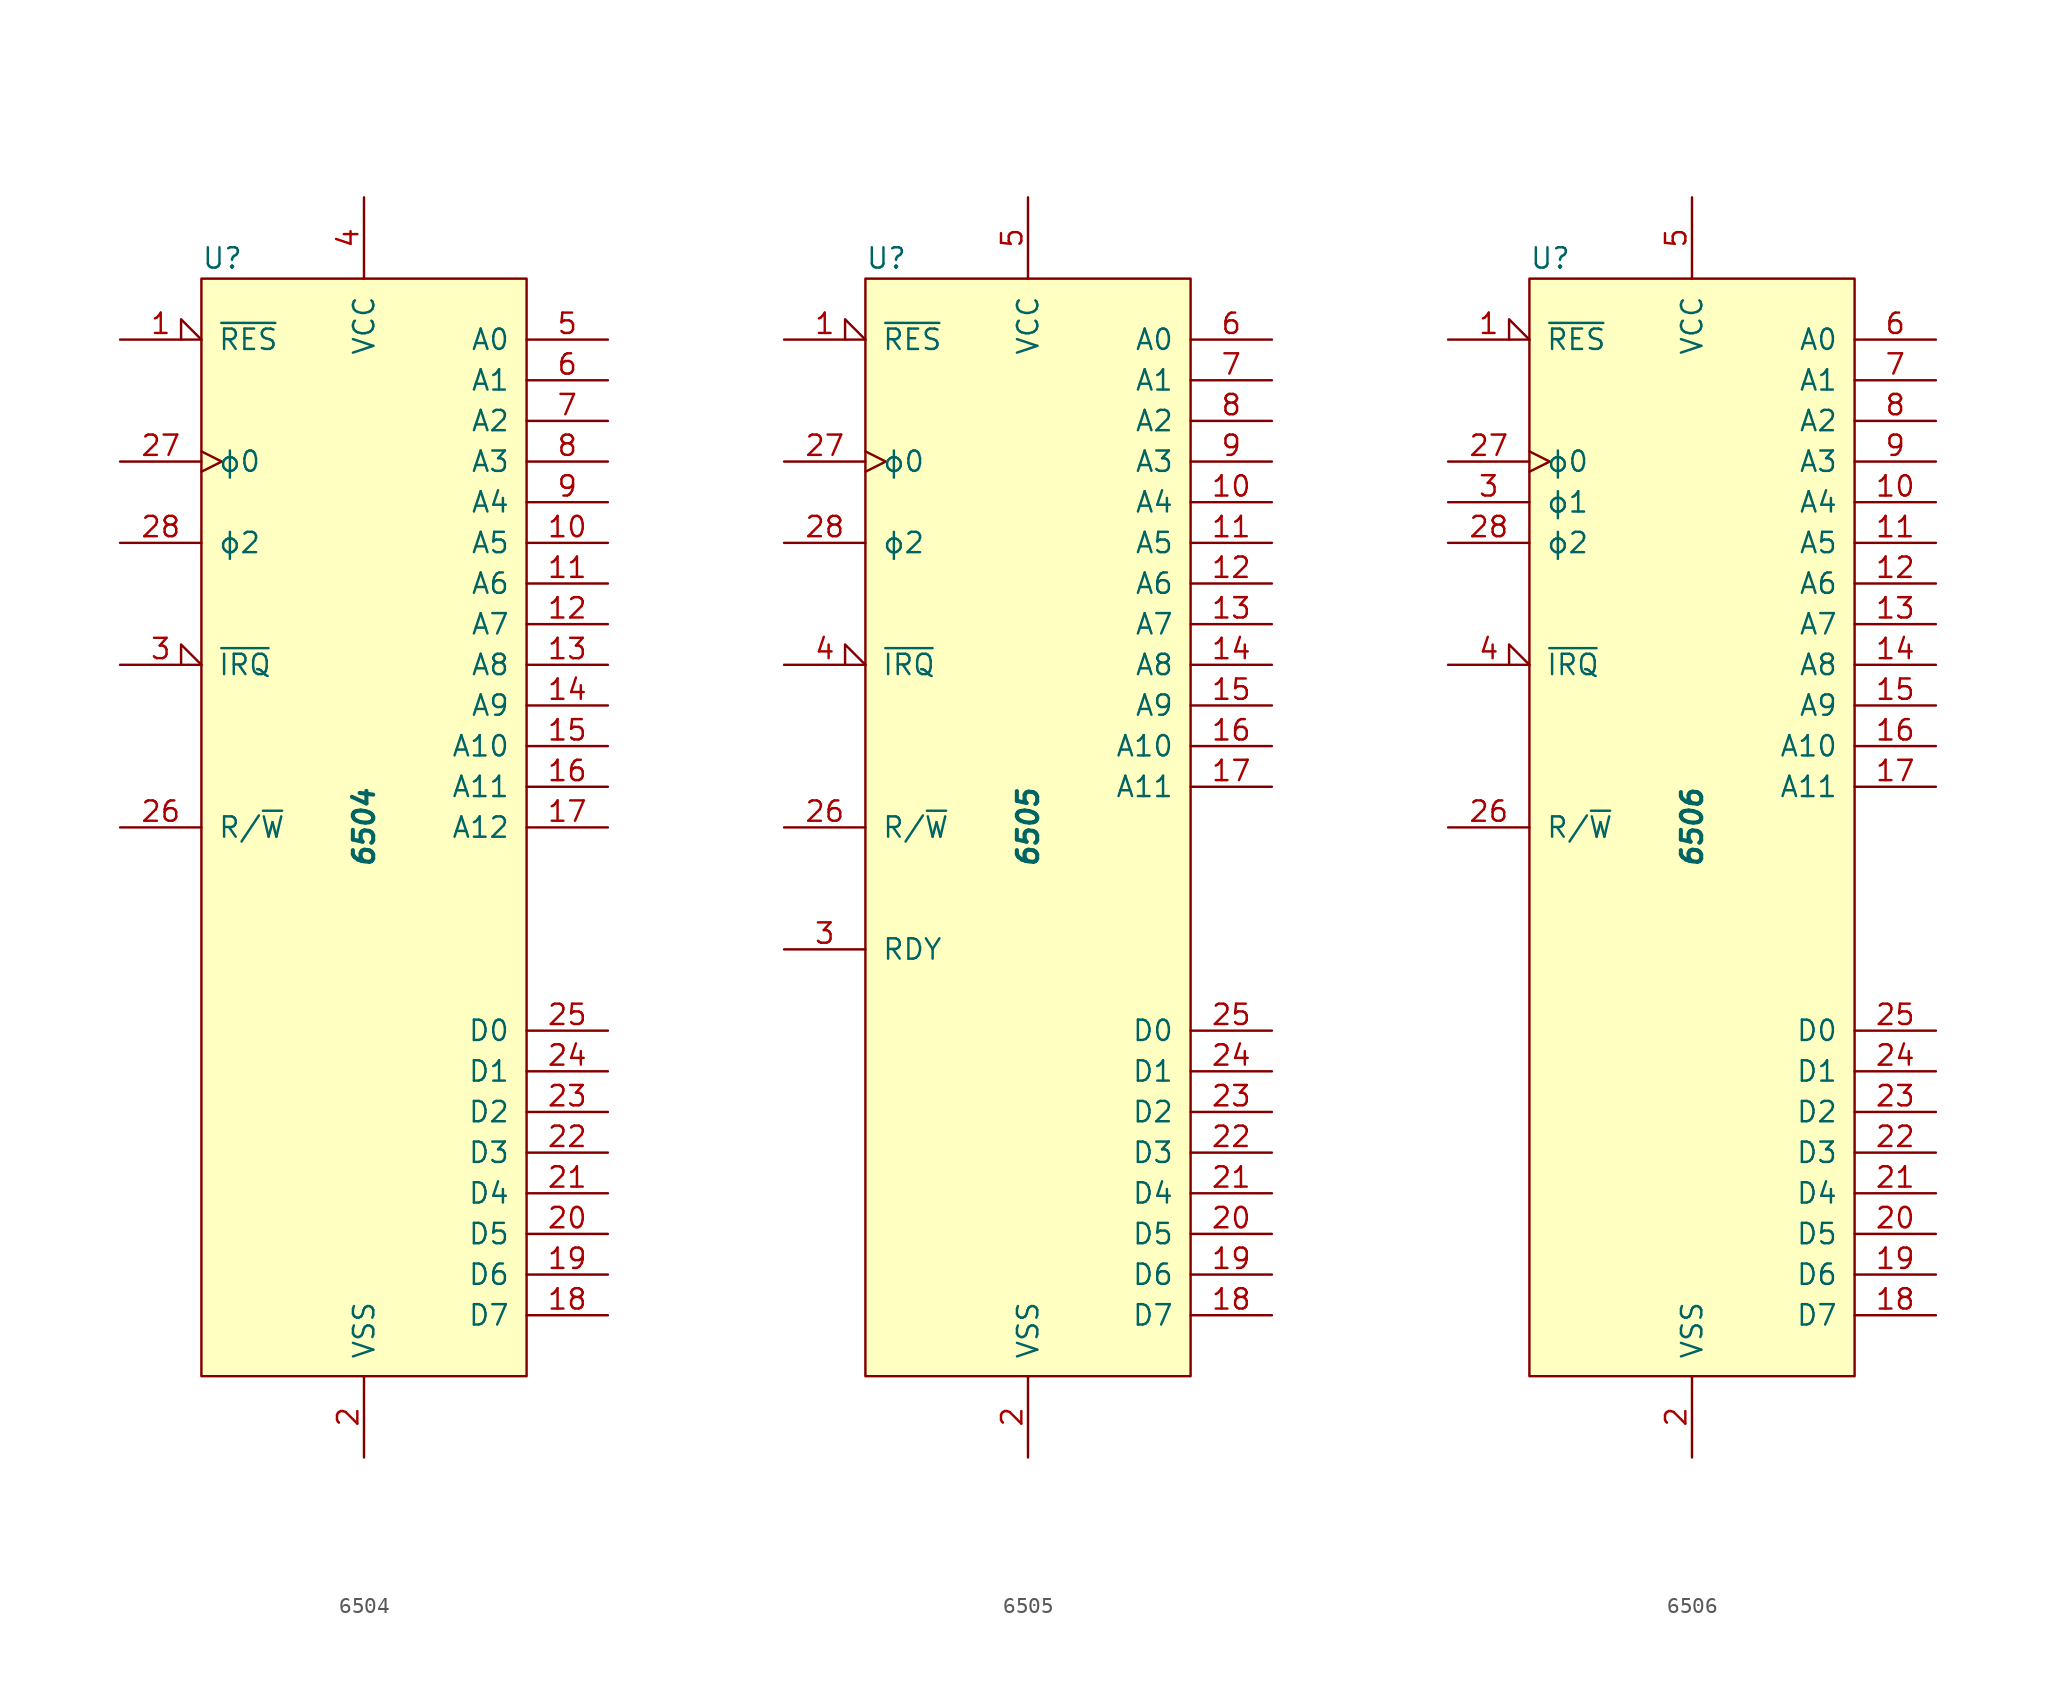
<source format=kicad_sym>
(kicad_symbol_lib
  (version 20211014)
  (generator kicad_symbol_editor)
  (symbol "6504"
    (pin_names
      (offset 1.016))
    (property "Reference" "U"
      (at -10.16 35.56 0)
      (effects (font (size 1.27 1.27)) (justify left)))
    (property "Value" "6504"
      (at 0 0 90)
      (effects (font (size 1.27 1.27) bold italic)))
    (symbol "6504_0_1"
      (rectangle (start -10.16 34.29) (end 10.16 -34.29) (stroke (width 0) (type default) (color 0 0 0 0)) (fill (type background))))
    (symbol "6504_1_1"
      (pin input input_low (at -15.24 30.48 0) (length 5.08) (name "~{RES}" (effects (font (size 1.27 1.27)))) (number "1" (effects (font (size 1.27 1.27)))))
      (pin output line (at 15.24 17.78 180) (length 5.08) (name "A5" (effects (font (size 1.27 1.27)))) (number "10" (effects (font (size 1.27 1.27)))))
      (pin output line (at 15.24 15.24 180) (length 5.08) (name "A6" (effects (font (size 1.27 1.27)))) (number "11" (effects (font (size 1.27 1.27)))))
      (pin output line (at 15.24 12.7 180) (length 5.08) (name "A7" (effects (font (size 1.27 1.27)))) (number "12" (effects (font (size 1.27 1.27)))))
      (pin output line (at 15.24 10.16 180) (length 5.08) (name "A8" (effects (font (size 1.27 1.27)))) (number "13" (effects (font (size 1.27 1.27)))))
      (pin output line (at 15.24 7.62 180) (length 5.08) (name "A9" (effects (font (size 1.27 1.27)))) (number "14" (effects (font (size 1.27 1.27)))))
      (pin output line (at 15.24 5.08 180) (length 5.08) (name "A10" (effects (font (size 1.27 1.27)))) (number "15" (effects (font (size 1.27 1.27)))))
      (pin output line (at 15.24 2.54 180) (length 5.08) (name "A11" (effects (font (size 1.27 1.27)))) (number "16" (effects (font (size 1.27 1.27)))))
      (pin output line (at 15.24 0 180) (length 5.08) (name "A12" (effects (font (size 1.27 1.27)))) (number "17" (effects (font (size 1.27 1.27)))))
      (pin bidirectional line (at 15.24 -30.48 180) (length 5.08) (name "D7" (effects (font (size 1.27 1.27)))) (number "18" (effects (font (size 1.27 1.27)))))
      (pin bidirectional line (at 15.24 -27.94 180) (length 5.08) (name "D6" (effects (font (size 1.27 1.27)))) (number "19" (effects (font (size 1.27 1.27)))))
      (pin power_in line (at 0 -39.37 90) (length 5.08) (name "VSS" (effects (font (size 1.27 1.27)))) (number "2" (effects (font (size 1.27 1.27)))))
      (pin bidirectional line (at 15.24 -25.4 180) (length 5.08) (name "D5" (effects (font (size 1.27 1.27)))) (number "20" (effects (font (size 1.27 1.27)))))
      (pin bidirectional line (at 15.24 -22.86 180) (length 5.08) (name "D4" (effects (font (size 1.27 1.27)))) (number "21" (effects (font (size 1.27 1.27)))))
      (pin bidirectional line (at 15.24 -20.32 180) (length 5.08) (name "D3" (effects (font (size 1.27 1.27)))) (number "22" (effects (font (size 1.27 1.27)))))
      (pin bidirectional line (at 15.24 -17.78 180) (length 5.08) (name "D2" (effects (font (size 1.27 1.27)))) (number "23" (effects (font (size 1.27 1.27)))))
      (pin bidirectional line (at 15.24 -15.24 180) (length 5.08) (name "D1" (effects (font (size 1.27 1.27)))) (number "24" (effects (font (size 1.27 1.27)))))
      (pin bidirectional line (at 15.24 -12.7 180) (length 5.08) (name "D0" (effects (font (size 1.27 1.27)))) (number "25" (effects (font (size 1.27 1.27)))))
      (pin output line (at -15.24 0 0) (length 5.08) (name "R/~{W}" (effects (font (size 1.27 1.27)))) (number "26" (effects (font (size 1.27 1.27)))))
      (pin input clock (at -15.24 22.86 0) (length 5.08) (name "ϕ0" (effects (font (size 1.27 1.27)))) (number "27" (effects (font (size 1.27 1.27)))))
      (pin output line (at -15.24 17.78 0) (length 5.08) (name "ϕ2" (effects (font (size 1.27 1.27)))) (number "28" (effects (font (size 1.27 1.27)))))
      (pin input input_low (at -15.24 10.16 0) (length 5.08) (name "~{IRQ}" (effects (font (size 1.27 1.27)))) (number "3" (effects (font (size 1.27 1.27)))))
      (pin power_in line (at 0 39.37 270) (length 5.08) (name "VCC" (effects (font (size 1.27 1.27)))) (number "4" (effects (font (size 1.27 1.27)))))
      (pin output line (at 15.24 30.48 180) (length 5.08) (name "A0" (effects (font (size 1.27 1.27)))) (number "5" (effects (font (size 1.27 1.27)))))
      (pin output line (at 15.24 27.94 180) (length 5.08) (name "A1" (effects (font (size 1.27 1.27)))) (number "6" (effects (font (size 1.27 1.27)))))
      (pin output line (at 15.24 25.4 180) (length 5.08) (name "A2" (effects (font (size 1.27 1.27)))) (number "7" (effects (font (size 1.27 1.27)))))
      (pin output line (at 15.24 22.86 180) (length 5.08) (name "A3" (effects (font (size 1.27 1.27)))) (number "8" (effects (font (size 1.27 1.27)))))
      (pin output line (at 15.24 20.32 180) (length 5.08) (name "A4" (effects (font (size 1.27 1.27)))) (number "9" (effects (font (size 1.27 1.27)))))))
  (symbol "6505"
    (pin_names
      (offset 1.016))
    (property "Reference" "U"
      (at -10.16 35.56 0)
      (effects (font (size 1.27 1.27)) (justify left)))
    (property "Value" "6505"
      (at 0 0 90)
      (effects (font (size 1.27 1.27) bold italic)))
    (symbol "6505_0_1"
      (rectangle (start -10.16 34.29) (end 10.16 -34.29) (stroke (width 0) (type default) (color 0 0 0 0)) (fill (type background))))
    (symbol "6505_1_1"
      (pin input input_low (at -15.24 30.48 0) (length 5.08) (name "~{RES}" (effects (font (size 1.27 1.27)))) (number "1" (effects (font (size 1.27 1.27)))))
      (pin output line (at 15.24 20.32 180) (length 5.08) (name "A4" (effects (font (size 1.27 1.27)))) (number "10" (effects (font (size 1.27 1.27)))))
      (pin output line (at 15.24 17.78 180) (length 5.08) (name "A5" (effects (font (size 1.27 1.27)))) (number "11" (effects (font (size 1.27 1.27)))))
      (pin output line (at 15.24 15.24 180) (length 5.08) (name "A6" (effects (font (size 1.27 1.27)))) (number "12" (effects (font (size 1.27 1.27)))))
      (pin output line (at 15.24 12.7 180) (length 5.08) (name "A7" (effects (font (size 1.27 1.27)))) (number "13" (effects (font (size 1.27 1.27)))))
      (pin output line (at 15.24 10.16 180) (length 5.08) (name "A8" (effects (font (size 1.27 1.27)))) (number "14" (effects (font (size 1.27 1.27)))))
      (pin output line (at 15.24 7.62 180) (length 5.08) (name "A9" (effects (font (size 1.27 1.27)))) (number "15" (effects (font (size 1.27 1.27)))))
      (pin output line (at 15.24 5.08 180) (length 5.08) (name "A10" (effects (font (size 1.27 1.27)))) (number "16" (effects (font (size 1.27 1.27)))))
      (pin output line (at 15.24 2.54 180) (length 5.08) (name "A11" (effects (font (size 1.27 1.27)))) (number "17" (effects (font (size 1.27 1.27)))))
      (pin bidirectional line (at 15.24 -30.48 180) (length 5.08) (name "D7" (effects (font (size 1.27 1.27)))) (number "18" (effects (font (size 1.27 1.27)))))
      (pin bidirectional line (at 15.24 -27.94 180) (length 5.08) (name "D6" (effects (font (size 1.27 1.27)))) (number "19" (effects (font (size 1.27 1.27)))))
      (pin power_in line (at 0 -39.37 90) (length 5.08) (name "VSS" (effects (font (size 1.27 1.27)))) (number "2" (effects (font (size 1.27 1.27)))))
      (pin bidirectional line (at 15.24 -25.4 180) (length 5.08) (name "D5" (effects (font (size 1.27 1.27)))) (number "20" (effects (font (size 1.27 1.27)))))
      (pin bidirectional line (at 15.24 -22.86 180) (length 5.08) (name "D4" (effects (font (size 1.27 1.27)))) (number "21" (effects (font (size 1.27 1.27)))))
      (pin bidirectional line (at 15.24 -20.32 180) (length 5.08) (name "D3" (effects (font (size 1.27 1.27)))) (number "22" (effects (font (size 1.27 1.27)))))
      (pin bidirectional line (at 15.24 -17.78 180) (length 5.08) (name "D2" (effects (font (size 1.27 1.27)))) (number "23" (effects (font (size 1.27 1.27)))))
      (pin bidirectional line (at 15.24 -15.24 180) (length 5.08) (name "D1" (effects (font (size 1.27 1.27)))) (number "24" (effects (font (size 1.27 1.27)))))
      (pin bidirectional line (at 15.24 -12.7 180) (length 5.08) (name "D0" (effects (font (size 1.27 1.27)))) (number "25" (effects (font (size 1.27 1.27)))))
      (pin output line (at -15.24 0 0) (length 5.08) (name "R/~{W}" (effects (font (size 1.27 1.27)))) (number "26" (effects (font (size 1.27 1.27)))))
      (pin input clock (at -15.24 22.86 0) (length 5.08) (name "ϕ0" (effects (font (size 1.27 1.27)))) (number "27" (effects (font (size 1.27 1.27)))))
      (pin output line (at -15.24 17.78 0) (length 5.08) (name "ϕ2" (effects (font (size 1.27 1.27)))) (number "28" (effects (font (size 1.27 1.27)))))
      (pin input line (at -15.24 -7.62 0) (length 5.08) (name "RDY" (effects (font (size 1.27 1.27)))) (number "3" (effects (font (size 1.27 1.27)))))
      (pin input input_low (at -15.24 10.16 0) (length 5.08) (name "~{IRQ}" (effects (font (size 1.27 1.27)))) (number "4" (effects (font (size 1.27 1.27)))))
      (pin power_in line (at 0 39.37 270) (length 5.08) (name "VCC" (effects (font (size 1.27 1.27)))) (number "5" (effects (font (size 1.27 1.27)))))
      (pin output line (at 15.24 30.48 180) (length 5.08) (name "A0" (effects (font (size 1.27 1.27)))) (number "6" (effects (font (size 1.27 1.27)))))
      (pin output line (at 15.24 27.94 180) (length 5.08) (name "A1" (effects (font (size 1.27 1.27)))) (number "7" (effects (font (size 1.27 1.27)))))
      (pin output line (at 15.24 25.4 180) (length 5.08) (name "A2" (effects (font (size 1.27 1.27)))) (number "8" (effects (font (size 1.27 1.27)))))
      (pin output line (at 15.24 22.86 180) (length 5.08) (name "A3" (effects (font (size 1.27 1.27)))) (number "9" (effects (font (size 1.27 1.27)))))))
  (symbol "6506"
    (pin_names
      (offset 1.016))
    (property "Reference" "U"
      (at -10.16 35.56 0)
      (effects (font (size 1.27 1.27)) (justify left)))
    (property "Value" "6506"
      (at 0 0 90)
      (effects (font (size 1.27 1.27) bold italic)))
    (symbol "6506_0_1"
      (rectangle (start -10.16 34.29) (end 10.16 -34.29) (stroke (width 0) (type default) (color 0 0 0 0)) (fill (type background))))
    (symbol "6506_1_1"
      (pin input input_low (at -15.24 30.48 0) (length 5.08) (name "~{RES}" (effects (font (size 1.27 1.27)))) (number "1" (effects (font (size 1.27 1.27)))))
      (pin output line (at 15.24 20.32 180) (length 5.08) (name "A4" (effects (font (size 1.27 1.27)))) (number "10" (effects (font (size 1.27 1.27)))))
      (pin output line (at 15.24 17.78 180) (length 5.08) (name "A5" (effects (font (size 1.27 1.27)))) (number "11" (effects (font (size 1.27 1.27)))))
      (pin output line (at 15.24 15.24 180) (length 5.08) (name "A6" (effects (font (size 1.27 1.27)))) (number "12" (effects (font (size 1.27 1.27)))))
      (pin output line (at 15.24 12.7 180) (length 5.08) (name "A7" (effects (font (size 1.27 1.27)))) (number "13" (effects (font (size 1.27 1.27)))))
      (pin output line (at 15.24 10.16 180) (length 5.08) (name "A8" (effects (font (size 1.27 1.27)))) (number "14" (effects (font (size 1.27 1.27)))))
      (pin output line (at 15.24 7.62 180) (length 5.08) (name "A9" (effects (font (size 1.27 1.27)))) (number "15" (effects (font (size 1.27 1.27)))))
      (pin output line (at 15.24 5.08 180) (length 5.08) (name "A10" (effects (font (size 1.27 1.27)))) (number "16" (effects (font (size 1.27 1.27)))))
      (pin output line (at 15.24 2.54 180) (length 5.08) (name "A11" (effects (font (size 1.27 1.27)))) (number "17" (effects (font (size 1.27 1.27)))))
      (pin bidirectional line (at 15.24 -30.48 180) (length 5.08) (name "D7" (effects (font (size 1.27 1.27)))) (number "18" (effects (font (size 1.27 1.27)))))
      (pin bidirectional line (at 15.24 -27.94 180) (length 5.08) (name "D6" (effects (font (size 1.27 1.27)))) (number "19" (effects (font (size 1.27 1.27)))))
      (pin power_in line (at 0 -39.37 90) (length 5.08) (name "VSS" (effects (font (size 1.27 1.27)))) (number "2" (effects (font (size 1.27 1.27)))))
      (pin bidirectional line (at 15.24 -25.4 180) (length 5.08) (name "D5" (effects (font (size 1.27 1.27)))) (number "20" (effects (font (size 1.27 1.27)))))
      (pin bidirectional line (at 15.24 -22.86 180) (length 5.08) (name "D4" (effects (font (size 1.27 1.27)))) (number "21" (effects (font (size 1.27 1.27)))))
      (pin bidirectional line (at 15.24 -20.32 180) (length 5.08) (name "D3" (effects (font (size 1.27 1.27)))) (number "22" (effects (font (size 1.27 1.27)))))
      (pin bidirectional line (at 15.24 -17.78 180) (length 5.08) (name "D2" (effects (font (size 1.27 1.27)))) (number "23" (effects (font (size 1.27 1.27)))))
      (pin bidirectional line (at 15.24 -15.24 180) (length 5.08) (name "D1" (effects (font (size 1.27 1.27)))) (number "24" (effects (font (size 1.27 1.27)))))
      (pin bidirectional line (at 15.24 -12.7 180) (length 5.08) (name "D0" (effects (font (size 1.27 1.27)))) (number "25" (effects (font (size 1.27 1.27)))))
      (pin output line (at -15.24 0 0) (length 5.08) (name "R/~{W}" (effects (font (size 1.27 1.27)))) (number "26" (effects (font (size 1.27 1.27)))))
      (pin input clock (at -15.24 22.86 0) (length 5.08) (name "ϕ0" (effects (font (size 1.27 1.27)))) (number "27" (effects (font (size 1.27 1.27)))))
      (pin output line (at -15.24 17.78 0) (length 5.08) (name "ϕ2" (effects (font (size 1.27 1.27)))) (number "28" (effects (font (size 1.27 1.27)))))
      (pin output line (at -15.24 20.32 0) (length 5.08) (name "ϕ1" (effects (font (size 1.27 1.27)))) (number "3" (effects (font (size 1.27 1.27)))))
      (pin input input_low (at -15.24 10.16 0) (length 5.08) (name "~{IRQ}" (effects (font (size 1.27 1.27)))) (number "4" (effects (font (size 1.27 1.27)))))
      (pin power_in line (at 0 39.37 270) (length 5.08) (name "VCC" (effects (font (size 1.27 1.27)))) (number "5" (effects (font (size 1.27 1.27)))))
      (pin output line (at 15.24 30.48 180) (length 5.08) (name "A0" (effects (font (size 1.27 1.27)))) (number "6" (effects (font (size 1.27 1.27)))))
      (pin output line (at 15.24 27.94 180) (length 5.08) (name "A1" (effects (font (size 1.27 1.27)))) (number "7" (effects (font (size 1.27 1.27)))))
      (pin output line (at 15.24 25.4 180) (length 5.08) (name "A2" (effects (font (size 1.27 1.27)))) (number "8" (effects (font (size 1.27 1.27)))))
      (pin output line (at 15.24 22.86 180) (length 5.08) (name "A3" (effects (font (size 1.27 1.27)))) (number "9" (effects (font (size 1.27 1.27))))))))
</source>
